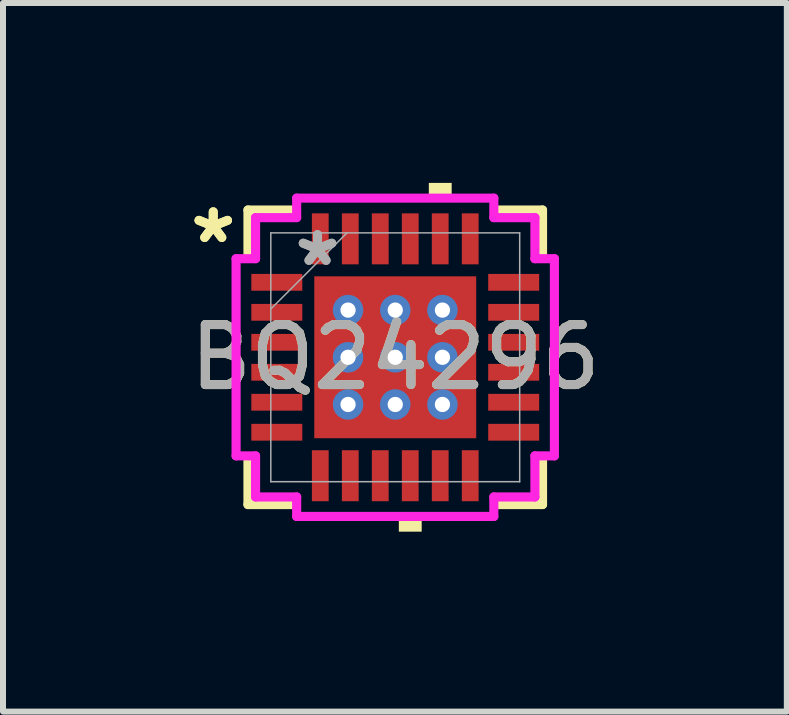
<source format=kicad_pcb>
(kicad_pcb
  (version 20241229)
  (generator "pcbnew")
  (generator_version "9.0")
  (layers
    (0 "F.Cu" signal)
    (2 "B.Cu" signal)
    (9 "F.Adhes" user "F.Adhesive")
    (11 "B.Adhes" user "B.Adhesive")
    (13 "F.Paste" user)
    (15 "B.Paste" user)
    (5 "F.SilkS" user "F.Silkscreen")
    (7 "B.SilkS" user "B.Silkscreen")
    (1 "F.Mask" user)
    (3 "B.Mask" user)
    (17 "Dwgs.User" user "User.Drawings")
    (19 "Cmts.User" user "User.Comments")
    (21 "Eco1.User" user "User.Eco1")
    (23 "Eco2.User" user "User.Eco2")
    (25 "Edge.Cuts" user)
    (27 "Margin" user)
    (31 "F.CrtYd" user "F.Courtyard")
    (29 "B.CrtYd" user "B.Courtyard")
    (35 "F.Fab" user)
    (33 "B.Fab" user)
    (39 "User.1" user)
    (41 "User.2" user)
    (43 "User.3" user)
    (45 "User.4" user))
  (footprint "BQ24296"
    (layer "F.Cu")
    (at 3.541 2.908)
    (property "Reference" "BQ24296" (at 0 0 0) (unlocked yes) (layer "F.SilkS") (effects (font (size 1 1) (thickness 0.15))))
    (attr smd)
    (fp_poly (pts (xy -1.413 -1.413) (xy -0.987 -1.413) (xy -0.987 1.413) (xy -1.413 1.413)) (stroke (width 0) (type solid)) (fill yes) (layer "F.Mask"))
    (fp_poly (pts (xy -1.413 -1.413) (xy 1.413 -1.413) (xy 1.413 -0.987) (xy -1.413 -0.987)) (stroke (width 0) (type solid)) (fill yes) (layer "F.Mask"))
    (fp_poly (pts (xy -1.413 -0.587) (xy 1.413 -0.587) (xy 1.413 -0.2) (xy -1.413 -0.2)) (stroke (width 0) (type solid)) (fill yes) (layer "F.Mask"))
    (fp_poly (pts (xy -1.413 0.2) (xy 1.413 0.2) (xy 1.413 0.587) (xy -1.413 0.587)) (stroke (width 0) (type solid)) (fill yes) (layer "F.Mask"))
    (fp_poly (pts (xy -1.413 0.987) (xy 1.413 0.987) (xy 1.413 1.413) (xy -1.413 1.413)) (stroke (width 0) (type solid)) (fill yes) (layer "F.Mask"))
    (fp_poly (pts (xy -0.2 -1.413) (xy -0.587 -1.413) (xy -0.587 1.413) (xy -0.2 1.413)) (stroke (width 0) (type solid)) (fill yes) (layer "F.Mask"))
    (fp_poly (pts (xy 0.587 -1.413) (xy 0.2 -1.413) (xy 0.2 1.413) (xy 0.587 1.413)) (stroke (width 0) (type solid)) (fill yes) (layer "F.Mask"))
    (fp_poly (pts (xy 0.987 -1.413) (xy 1.413 -1.413) (xy 1.413 1.413) (xy 0.987 1.413)) (stroke (width 0) (type solid)) (fill yes) (layer "F.Mask"))
    (fp_line (start -2.456 -2.456) (end -2.456 -1.718) (stroke (width 0.152) (type solid)) (layer "F.SilkS"))
    (fp_line (start -2.456 1.718) (end -2.456 2.456) (stroke (width 0.152) (type solid)) (layer "F.SilkS"))
    (fp_line (start -2.456 2.456) (end -1.718 2.456) (stroke (width 0.152) (type solid)) (layer "F.SilkS"))
    (fp_line (start -1.718 -2.456) (end -2.456 -2.456) (stroke (width 0.152) (type solid)) (layer "F.SilkS"))
    (fp_line (start 1.718 2.456) (end 2.456 2.456) (stroke (width 0.152) (type solid)) (layer "F.SilkS"))
    (fp_line (start 2.456 -2.456) (end 1.718 -2.456) (stroke (width 0.152) (type solid)) (layer "F.SilkS"))
    (fp_line (start 2.456 -1.718) (end 2.456 -2.456) (stroke (width 0.152) (type solid)) (layer "F.SilkS"))
    (fp_line (start 2.456 2.456) (end 2.456 1.718) (stroke (width 0.152) (type solid)) (layer "F.SilkS"))
    (fp_poly (pts (xy 0.06 2.654) (xy 0.06 2.908) (xy 0.441 2.908) (xy 0.441 2.654)) (stroke (width 0) (type solid)) (fill yes) (layer "F.SilkS"))
    (fp_poly (pts (xy 0.56 -2.654) (xy 0.56 -2.908) (xy 0.941 -2.908) (xy 0.941 -2.654)) (stroke (width 0) (type solid)) (fill yes) (layer "F.SilkS"))
    (fp_poly (pts (xy -1.275 -1.275) (xy -1.275 -0.887) (xy -1.029 -0.887) (xy -0.887 -1.029) (xy -0.887 -1.275)) (stroke (width 0) (type solid)) (fill yes) (layer "F.Paste"))
    (fp_poly (pts (xy -1.275 0.887) (xy -1.275 1.275) (xy -0.887 1.275) (xy -0.887 1.029) (xy -1.029 0.887)) (stroke (width 0) (type solid)) (fill yes) (layer "F.Paste"))
    (fp_poly (pts (xy 0.887 -1.275) (xy 0.887 -1.029) (xy 1.029 -0.887) (xy 1.275 -0.887) (xy 1.275 -1.275)) (stroke (width 0) (type solid)) (fill yes) (layer "F.Paste"))
    (fp_poly (pts (xy 1.029 0.887) (xy 0.887 1.029) (xy 0.887 1.275) (xy 1.275 1.275) (xy 1.275 0.887)) (stroke (width 0) (type solid)) (fill yes) (layer "F.Paste"))
    (fp_poly (pts (xy -1.275 -0.687) (xy -1.275 -0.1) (xy -1.029 -0.1) (xy -0.887 -0.241) (xy -0.887 -0.546) (xy -1.029 -0.687)) (stroke (width 0) (type solid)) (fill yes) (layer "F.Paste"))
    (fp_poly (pts (xy -1.275 0.1) (xy -1.275 0.687) (xy -1.029 0.687) (xy -0.887 0.546) (xy -0.887 0.241) (xy -1.029 0.1)) (stroke (width 0) (type solid)) (fill yes) (layer "F.Paste"))
    (fp_poly (pts (xy -0.687 -1.275) (xy -0.687 -1.029) (xy -0.546 -0.887) (xy -0.241 -0.887) (xy -0.1 -1.029) (xy -0.1 -1.275)) (stroke (width 0) (type solid)) (fill yes) (layer "F.Paste"))
    (fp_poly (pts (xy -0.546 0.887) (xy -0.687 1.029) (xy -0.687 1.275) (xy -0.1 1.275) (xy -0.1 1.029) (xy -0.241 0.887)) (stroke (width 0) (type solid)) (fill yes) (layer "F.Paste"))
    (fp_poly (pts (xy 0.1 -1.275) (xy 0.1 -1.029) (xy 0.241 -0.887) (xy 0.546 -0.887) (xy 0.687 -1.029) (xy 0.687 -1.275)) (stroke (width 0) (type solid)) (fill yes) (layer "F.Paste"))
    (fp_poly (pts (xy 0.241 0.887) (xy 0.1 1.029) (xy 0.1 1.275) (xy 0.687 1.275) (xy 0.687 1.029) (xy 0.546 0.887)) (stroke (width 0) (type solid)) (fill yes) (layer "F.Paste"))
    (fp_poly (pts (xy 1.029 -0.687) (xy 0.887 -0.546) (xy 0.887 -0.241) (xy 1.029 -0.1) (xy 1.275 -0.1) (xy 1.275 -0.687)) (stroke (width 0) (type solid)) (fill yes) (layer "F.Paste"))
    (fp_poly (pts (xy 1.029 0.1) (xy 0.887 0.241) (xy 0.887 0.546) (xy 1.029 0.687) (xy 1.275 0.687) (xy 1.275 0.1)) (stroke (width 0) (type solid)) (fill yes) (layer "F.Paste"))
    (fp_poly (pts (xy -0.546 -0.687) (xy -0.687 -0.546) (xy -0.687 -0.241) (xy -0.546 -0.1) (xy -0.241 -0.1) (xy -0.1 -0.241) (xy -0.1 -0.546) (xy -0.241 -0.687)) (stroke (width 0) (type solid)) (fill yes) (layer "F.Paste"))
    (fp_poly (pts (xy -0.546 0.1) (xy -0.687 0.241) (xy -0.687 0.546) (xy -0.546 0.687) (xy -0.241 0.687) (xy -0.1 0.546) (xy -0.1 0.241) (xy -0.241 0.1)) (stroke (width 0) (type solid)) (fill yes) (layer "F.Paste"))
    (fp_poly (pts (xy 0.241 -0.687) (xy 0.1 -0.546) (xy 0.1 -0.241) (xy 0.241 -0.1) (xy 0.546 -0.1) (xy 0.687 -0.241) (xy 0.687 -0.546) (xy 0.546 -0.687)) (stroke (width 0) (type solid)) (fill yes) (layer "F.Paste"))
    (fp_poly (pts (xy 0.241 0.1) (xy 0.1 0.241) (xy 0.1 0.546) (xy 0.241 0.687) (xy 0.546 0.687) (xy 0.687 0.546) (xy 0.687 0.241) (xy 0.546 0.1)) (stroke (width 0) (type solid)) (fill yes) (layer "F.Paste"))
    (fp_line (start -2.654 -1.644) (end -2.329 -1.644) (stroke (width 0.152) (type solid)) (layer "F.CrtYd"))
    (fp_line (start -2.654 1.644) (end -2.654 -1.644) (stroke (width 0.152) (type solid)) (layer "F.CrtYd"))
    (fp_line (start -2.329 -2.329) (end -1.644 -2.329) (stroke (width 0.152) (type solid)) (layer "F.CrtYd"))
    (fp_line (start -2.329 -1.644) (end -2.329 -2.329) (stroke (width 0.152) (type solid)) (layer "F.CrtYd"))
    (fp_line (start -2.329 1.644) (end -2.654 1.644) (stroke (width 0.152) (type solid)) (layer "F.CrtYd"))
    (fp_line (start -2.329 2.329) (end -2.329 1.644) (stroke (width 0.152) (type solid)) (layer "F.CrtYd"))
    (fp_line (start -1.644 -2.654) (end 1.644 -2.654) (stroke (width 0.152) (type solid)) (layer "F.CrtYd"))
    (fp_line (start -1.644 -2.329) (end -1.644 -2.654) (stroke (width 0.152) (type solid)) (layer "F.CrtYd"))
    (fp_line (start -1.644 2.329) (end -2.329 2.329) (stroke (width 0.152) (type solid)) (layer "F.CrtYd"))
    (fp_line (start -1.644 2.654) (end -1.644 2.329) (stroke (width 0.152) (type solid)) (layer "F.CrtYd"))
    (fp_line (start 1.644 -2.654) (end 1.644 -2.329) (stroke (width 0.152) (type solid)) (layer "F.CrtYd"))
    (fp_line (start 1.644 -2.329) (end 2.329 -2.329) (stroke (width 0.152) (type solid)) (layer "F.CrtYd"))
    (fp_line (start 1.644 2.329) (end 1.644 2.654) (stroke (width 0.152) (type solid)) (layer "F.CrtYd"))
    (fp_line (start 1.644 2.654) (end -1.644 2.654) (stroke (width 0.152) (type solid)) (layer "F.CrtYd"))
    (fp_line (start 2.329 -2.329) (end 2.329 -1.644) (stroke (width 0.152) (type solid)) (layer "F.CrtYd"))
    (fp_line (start 2.329 -1.644) (end 2.654 -1.644) (stroke (width 0.152) (type solid)) (layer "F.CrtYd"))
    (fp_line (start 2.329 1.644) (end 2.329 2.329) (stroke (width 0.152) (type solid)) (layer "F.CrtYd"))
    (fp_line (start 2.329 2.329) (end 1.644 2.329) (stroke (width 0.152) (type solid)) (layer "F.CrtYd"))
    (fp_line (start 2.654 -1.644) (end 2.654 1.644) (stroke (width 0.152) (type solid)) (layer "F.CrtYd"))
    (fp_line (start 2.654 1.644) (end 2.329 1.644) (stroke (width 0.152) (type solid)) (layer "F.CrtYd"))
    (fp_line (start -2.075 -2.075) (end -2.075 2.075) (stroke (width 0.025) (type solid)) (layer "F.Fab"))
    (fp_line (start -2.075 -0.805) (end -0.805 -2.075) (stroke (width 0.025) (type solid)) (layer "F.Fab"))
    (fp_line (start -2.075 2.075) (end 2.075 2.075) (stroke (width 0.025) (type solid)) (layer "F.Fab"))
    (fp_line (start 2.075 -2.075) (end -2.075 -2.075) (stroke (width 0.025) (type solid)) (layer "F.Fab"))
    (fp_line (start 2.075 2.075) (end 2.075 -2.075) (stroke (width 0.025) (type solid)) (layer "F.Fab"))
    (fp_text user "*" (at -3.035 -1.881 0) (layer "F.SilkS") (effects (font (size 1 1) (thickness 0.15))))
    (fp_text user "*" (at -3.035 -1.881 0) (unlocked yes) (layer "F.SilkS") (effects (font (size 1 1) (thickness 0.15))))
    (fp_text user "${REFERENCE}" (at 0 0 0) (unlocked yes) (layer "F.Fab") (effects (font (size 1 1) (thickness 0.15))))
    (fp_text user "*" (at -1.296 -1.5 0) (layer "F.Fab") (effects (font (size 1 1) (thickness 0.15))))
    (fp_text user "*" (at -1.296 -1.5 0) (unlocked yes) (layer "F.Fab") (effects (font (size 1 1) (thickness 0.15))))
    (pad "1" smd rect (at -1.975 -1.25 90) (size 0.28 0.85) (layers "F.Cu" "F.Mask"))
    (pad "2" smd rect (at -1.975 -0.75 90) (size 0.28 0.85) (layers "F.Cu" "F.Mask"))
    (pad "3" smd rect (at -1.975 -0.25 90) (size 0.28 0.85) (layers "F.Cu" "F.Mask"))
    (pad "4" smd rect (at -1.975 0.25 90) (size 0.28 0.85) (layers "F.Cu" "F.Mask"))
    (pad "5" smd rect (at -1.975 0.75 90) (size 0.28 0.85) (layers "F.Cu" "F.Mask"))
    (pad "6" smd rect (at -1.975 1.25 90) (size 0.28 0.85) (layers "F.Cu" "F.Mask"))
    (pad "7" smd rect (at -1.25 1.975) (size 0.28 0.85) (layers "F.Cu" "F.Mask"))
    (pad "8" smd rect (at -0.75 1.975) (size 0.28 0.85) (layers "F.Cu" "F.Mask"))
    (pad "9" smd rect (at -0.25 1.975) (size 0.28 0.85) (layers "F.Cu" "F.Mask"))
    (pad "10" smd rect (at 0.25 1.975) (size 0.28 0.85) (layers "F.Cu" "F.Mask"))
    (pad "11" smd rect (at 0.75 1.975) (size 0.28 0.85) (layers "F.Cu" "F.Mask"))
    (pad "12" smd rect (at 1.25 1.975) (size 0.28 0.85) (layers "F.Cu" "F.Mask"))
    (pad "13" smd rect (at 1.975 1.25 90) (size 0.28 0.85) (layers "F.Cu" "F.Mask"))
    (pad "14" smd rect (at 1.975 0.75 90) (size 0.28 0.85) (layers "F.Cu" "F.Mask"))
    (pad "15" smd rect (at 1.975 0.25 90) (size 0.28 0.85) (layers "F.Cu" "F.Mask"))
    (pad "16" smd rect (at 1.975 -0.25 90) (size 0.28 0.85) (layers "F.Cu" "F.Mask"))
    (pad "17" smd rect (at 1.975 -0.75 90) (size 0.28 0.85) (layers "F.Cu" "F.Mask"))
    (pad "18" smd rect (at 1.975 -1.25 90) (size 0.28 0.85) (layers "F.Cu" "F.Mask"))
    (pad "19" smd rect (at 1.25 -1.975) (size 0.28 0.85) (layers "F.Cu" "F.Mask"))
    (pad "20" smd rect (at 0.75 -1.975) (size 0.28 0.85) (layers "F.Cu" "F.Mask"))
    (pad "21" smd rect (at 0.25 -1.975) (size 0.28 0.85) (layers "F.Cu" "F.Mask"))
    (pad "22" smd rect (at -0.25 -1.975) (size 0.28 0.85) (layers "F.Cu" "F.Mask"))
    (pad "23" smd rect (at -0.75 -1.975) (size 0.28 0.85) (layers "F.Cu" "F.Mask"))
    (pad "24" smd rect (at -1.25 -1.975) (size 0.28 0.85) (layers "F.Cu" "F.Mask"))
    (pad "25" smd rect (at 0 0) (size 2.7 2.7) (layers "F.Cu"))
    (pad "V" thru_hole circle (at -0.787 -0.787) (size 0.508 0.508) (drill 0.254) (layers "*.Cu" "*.Mask"))
    (pad "V" thru_hole circle (at -0.787 0) (size 0.508 0.508) (drill 0.254) (layers "*.Cu" "*.Mask"))
    (pad "V" thru_hole circle (at -0.787 0.787) (size 0.508 0.508) (drill 0.254) (layers "*.Cu" "*.Mask"))
    (pad "V" thru_hole circle (at 0 -0.787) (size 0.508 0.508) (drill 0.254) (layers "*.Cu" "*.Mask"))
    (pad "V" thru_hole circle (at 0 0) (size 0.508 0.508) (drill 0.254) (layers "*.Cu" "*.Mask"))
    (pad "V" thru_hole circle (at 0 0.787) (size 0.508 0.508) (drill 0.254) (layers "*.Cu" "*.Mask"))
    (pad "V" thru_hole circle (at 0.787 -0.787) (size 0.508 0.508) (drill 0.254) (layers "*.Cu" "*.Mask"))
    (pad "V" thru_hole circle (at 0.787 0) (size 0.508 0.508) (drill 0.254) (layers "*.Cu" "*.Mask"))
    (pad "V" thru_hole circle (at 0.787 0.787) (size 0.508 0.508) (drill 0.254) (layers "*.Cu" "*.Mask")))
  (gr_rect
    (start -3 -3)
    (end 10.071 8.816)
    (stroke (width 0.1) (type default))
    (fill no)
    (layer "Edge.Cuts")))
</source>
